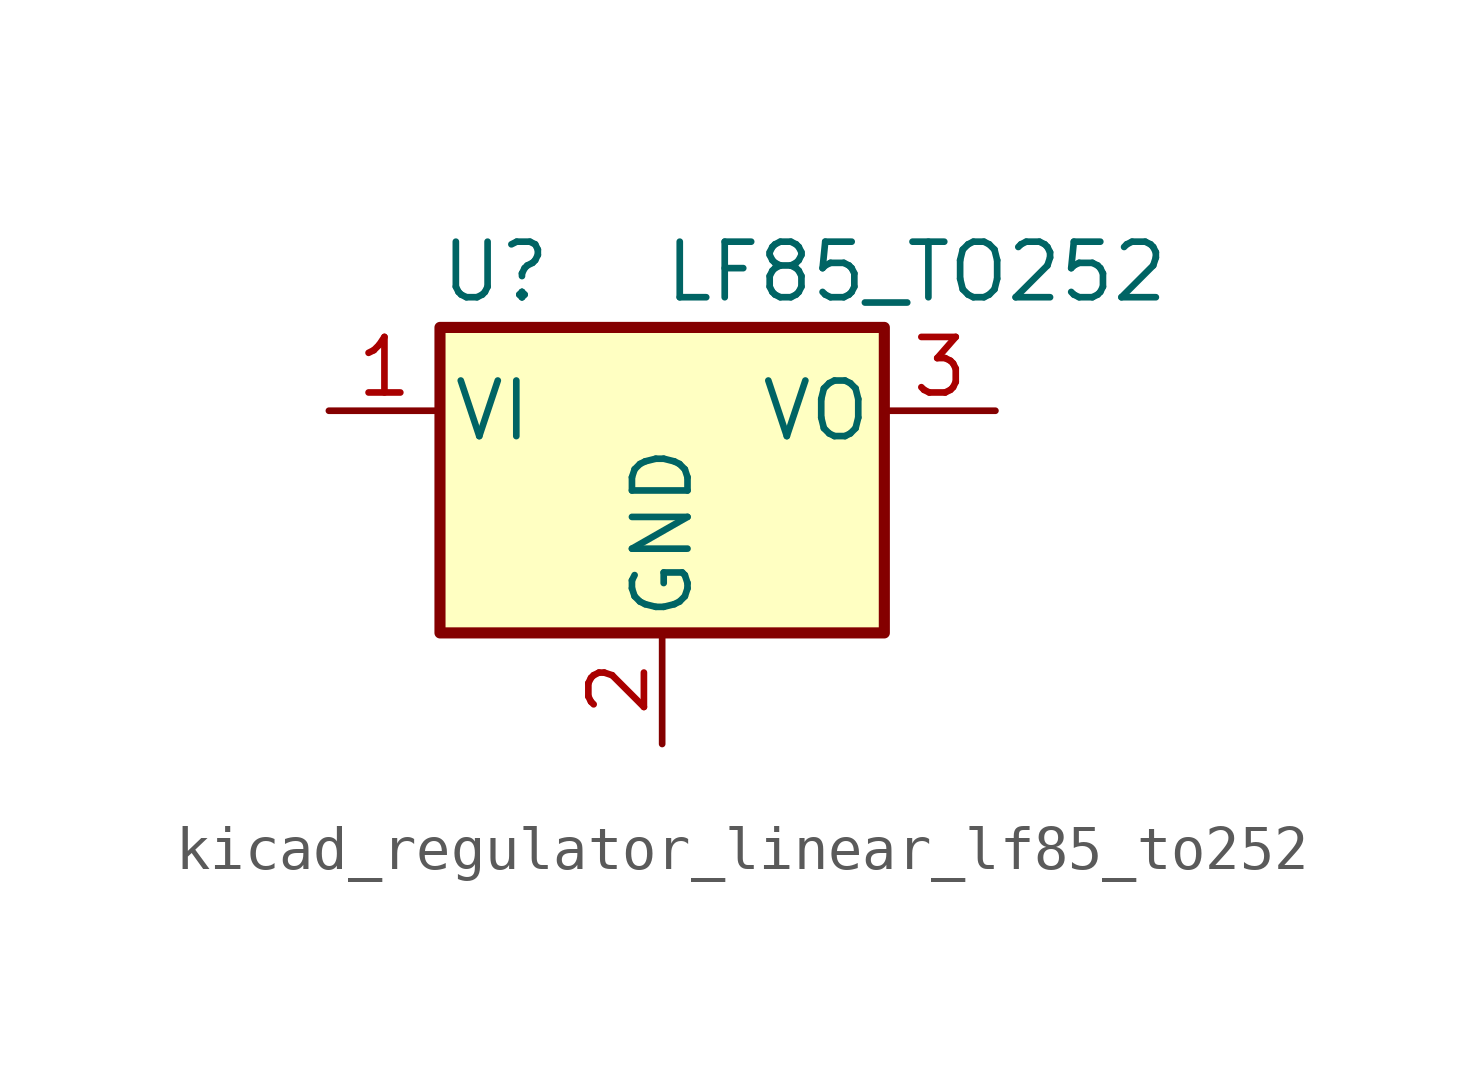
<source format=kicad_sym>
(kicad_symbol_lib
  (version 20220914)
  (generator kicad_symbol_editor)
  (symbol "kicad_regulator_linear_lf85_to252"
    (pin_names
      (offset 0.254))
    (property "Reference" "U"
      (at -3.81 3.175 0)
      (effects (font (size 1.27 1.27))))
    (property "Value" "LF85_TO252"
      (at 0 3.175 0)
      (effects (font (size 1.27 1.27)) (justify left)))
    (symbol "kicad_regulator_linear_lf85_to252_0_1"
      (rectangle (start -5.08 1.905) (end 5.08 -5.08) (stroke (width 0.254) (type default)) (fill (type background))))
    (symbol "kicad_regulator_linear_lf85_to252_1_1"
      (pin power_in line (at -7.62 0 0) (length 2.54) (name "VI" (effects (font (size 1.27 1.27)))) (number "1" (effects (font (size 1.27 1.27)))))
      (pin power_in line (at 0 -7.62 90) (length 2.54) (name "GND" (effects (font (size 1.27 1.27)))) (number "2" (effects (font (size 1.27 1.27)))))
      (pin power_out line (at 7.62 0 180) (length 2.54) (name "VO" (effects (font (size 1.27 1.27)))) (number "3" (effects (font (size 1.27 1.27))))))))
</source>
